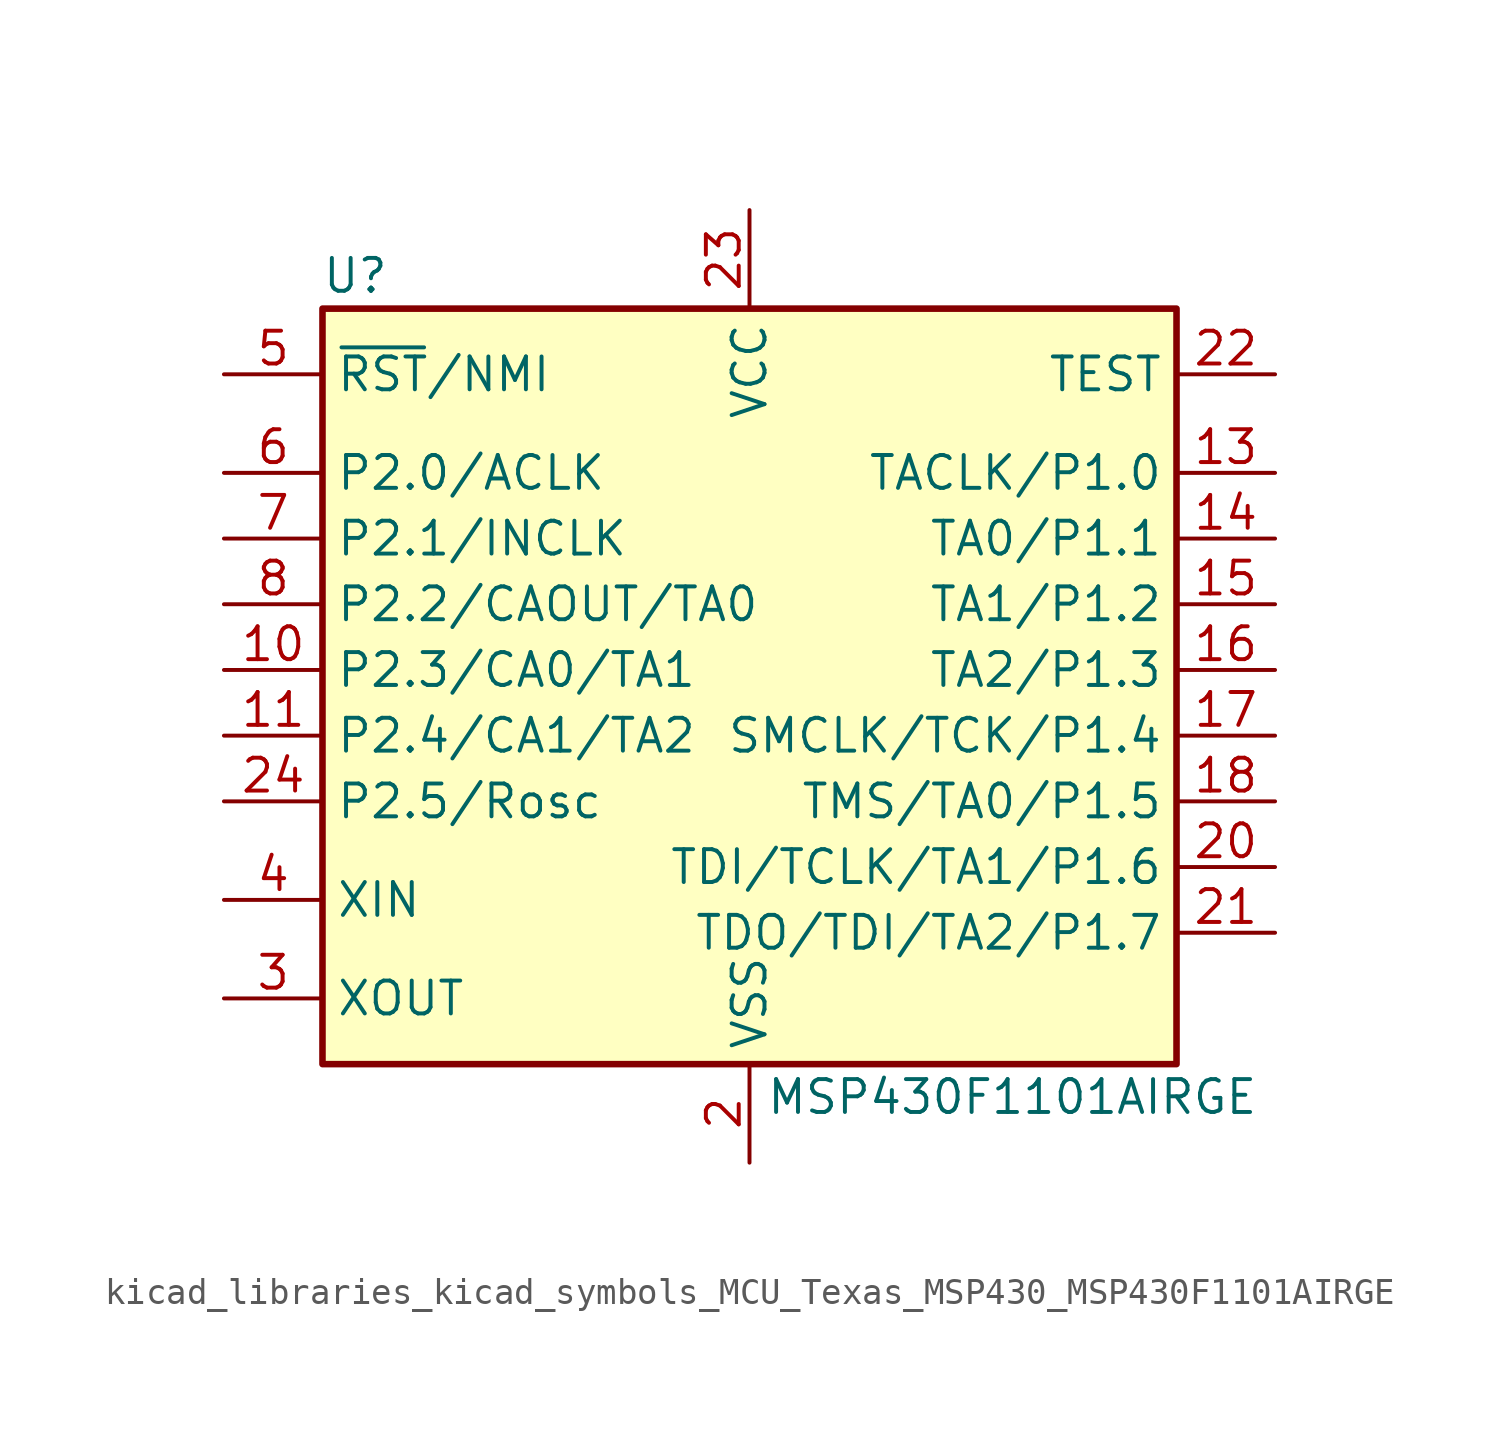
<source format=kicad_sym>
(kicad_symbol_lib
  (version 20220914)
  (generator kicad_symbol_editor)
  (symbol "kicad_libraries_kicad_symbols_MCU_Texas_MSP430_MSP430F1101AIRGE"
    (property "Reference" "U"
      (at -15.24 15.24 0)
      (effects (font (size 1.27 1.27))))
    (property "Value" "MSP430F1101AIRGE"
      (at 10.16 -16.51 0)
      (effects (font (size 1.27 1.27))))
    (symbol "kicad_libraries_kicad_symbols_MCU_Texas_MSP430_MSP430F1101AIRGE_0_1"
      (rectangle (start -16.51 13.97) (end 16.51 -15.24) (stroke (width 0.254) (type default)) (fill (type background))))
    (symbol "kicad_libraries_kicad_symbols_MCU_Texas_MSP430_MSP430F1101AIRGE_1_1"
      (pin bidirectional line (at -20.32 0 0) (length 3.81) (name "P2.3/CA0/TA1" (effects (font (size 1.27 1.27)))) (number "10" (effects (font (size 1.27 1.27)))))
      (pin bidirectional line (at -20.32 -2.54 0) (length 3.81) (name "P2.4/CA1/TA2" (effects (font (size 1.27 1.27)))) (number "11" (effects (font (size 1.27 1.27)))))
      (pin bidirectional line (at 20.32 7.62 180) (length 3.81) (name "TACLK/P1.0" (effects (font (size 1.27 1.27)))) (number "13" (effects (font (size 1.27 1.27)))))
      (pin bidirectional line (at 20.32 5.08 180) (length 3.81) (name "TA0/P1.1" (effects (font (size 1.27 1.27)))) (number "14" (effects (font (size 1.27 1.27)))))
      (pin bidirectional line (at 20.32 2.54 180) (length 3.81) (name "TA1/P1.2" (effects (font (size 1.27 1.27)))) (number "15" (effects (font (size 1.27 1.27)))))
      (pin bidirectional line (at 20.32 0 180) (length 3.81) (name "TA2/P1.3" (effects (font (size 1.27 1.27)))) (number "16" (effects (font (size 1.27 1.27)))))
      (pin bidirectional line (at 20.32 -2.54 180) (length 3.81) (name "SMCLK/TCK/P1.4" (effects (font (size 1.27 1.27)))) (number "17" (effects (font (size 1.27 1.27)))))
      (pin bidirectional line (at 20.32 -5.08 180) (length 3.81) (name "TMS/TA0/P1.5" (effects (font (size 1.27 1.27)))) (number "18" (effects (font (size 1.27 1.27)))))
      (pin power_in line (at 0 -19.05 90) (length 3.81) (name "VSS" (effects (font (size 1.27 1.27)))) (number "2" (effects (font (size 1.27 1.27)))))
      (pin bidirectional line (at 20.32 -7.62 180) (length 3.81) (name "TDI/TCLK/TA1/P1.6" (effects (font (size 1.27 1.27)))) (number "20" (effects (font (size 1.27 1.27)))))
      (pin bidirectional line (at 20.32 -10.16 180) (length 3.81) (name "TDO/TDI/TA2/P1.7" (effects (font (size 1.27 1.27)))) (number "21" (effects (font (size 1.27 1.27)))))
      (pin input line (at 20.32 11.43 180) (length 3.81) (name "TEST" (effects (font (size 1.27 1.27)))) (number "22" (effects (font (size 1.27 1.27)))))
      (pin power_in line (at 0 17.78 270) (length 3.81) (name "VCC" (effects (font (size 1.27 1.27)))) (number "23" (effects (font (size 1.27 1.27)))))
      (pin bidirectional line (at -20.32 -5.08 0) (length 3.81) (name "P2.5/Rosc" (effects (font (size 1.27 1.27)))) (number "24" (effects (font (size 1.27 1.27)))))
      (pin output line (at -20.32 -12.7 0) (length 3.81) (name "XOUT" (effects (font (size 1.27 1.27)))) (number "3" (effects (font (size 1.27 1.27)))))
      (pin input line (at -20.32 -8.89 0) (length 3.81) (name "XIN" (effects (font (size 1.27 1.27)))) (number "4" (effects (font (size 1.27 1.27)))))
      (pin input line (at -20.32 11.43 0) (length 3.81) (name "~{RST}/NMI" (effects (font (size 1.27 1.27)))) (number "5" (effects (font (size 1.27 1.27)))))
      (pin bidirectional line (at -20.32 7.62 0) (length 3.81) (name "P2.0/ACLK" (effects (font (size 1.27 1.27)))) (number "6" (effects (font (size 1.27 1.27)))))
      (pin bidirectional line (at -20.32 5.08 0) (length 3.81) (name "P2.1/INCLK" (effects (font (size 1.27 1.27)))) (number "7" (effects (font (size 1.27 1.27)))))
      (pin bidirectional line (at -20.32 2.54 0) (length 3.81) (name "P2.2/CAOUT/TA0" (effects (font (size 1.27 1.27)))) (number "8" (effects (font (size 1.27 1.27))))))))
</source>
